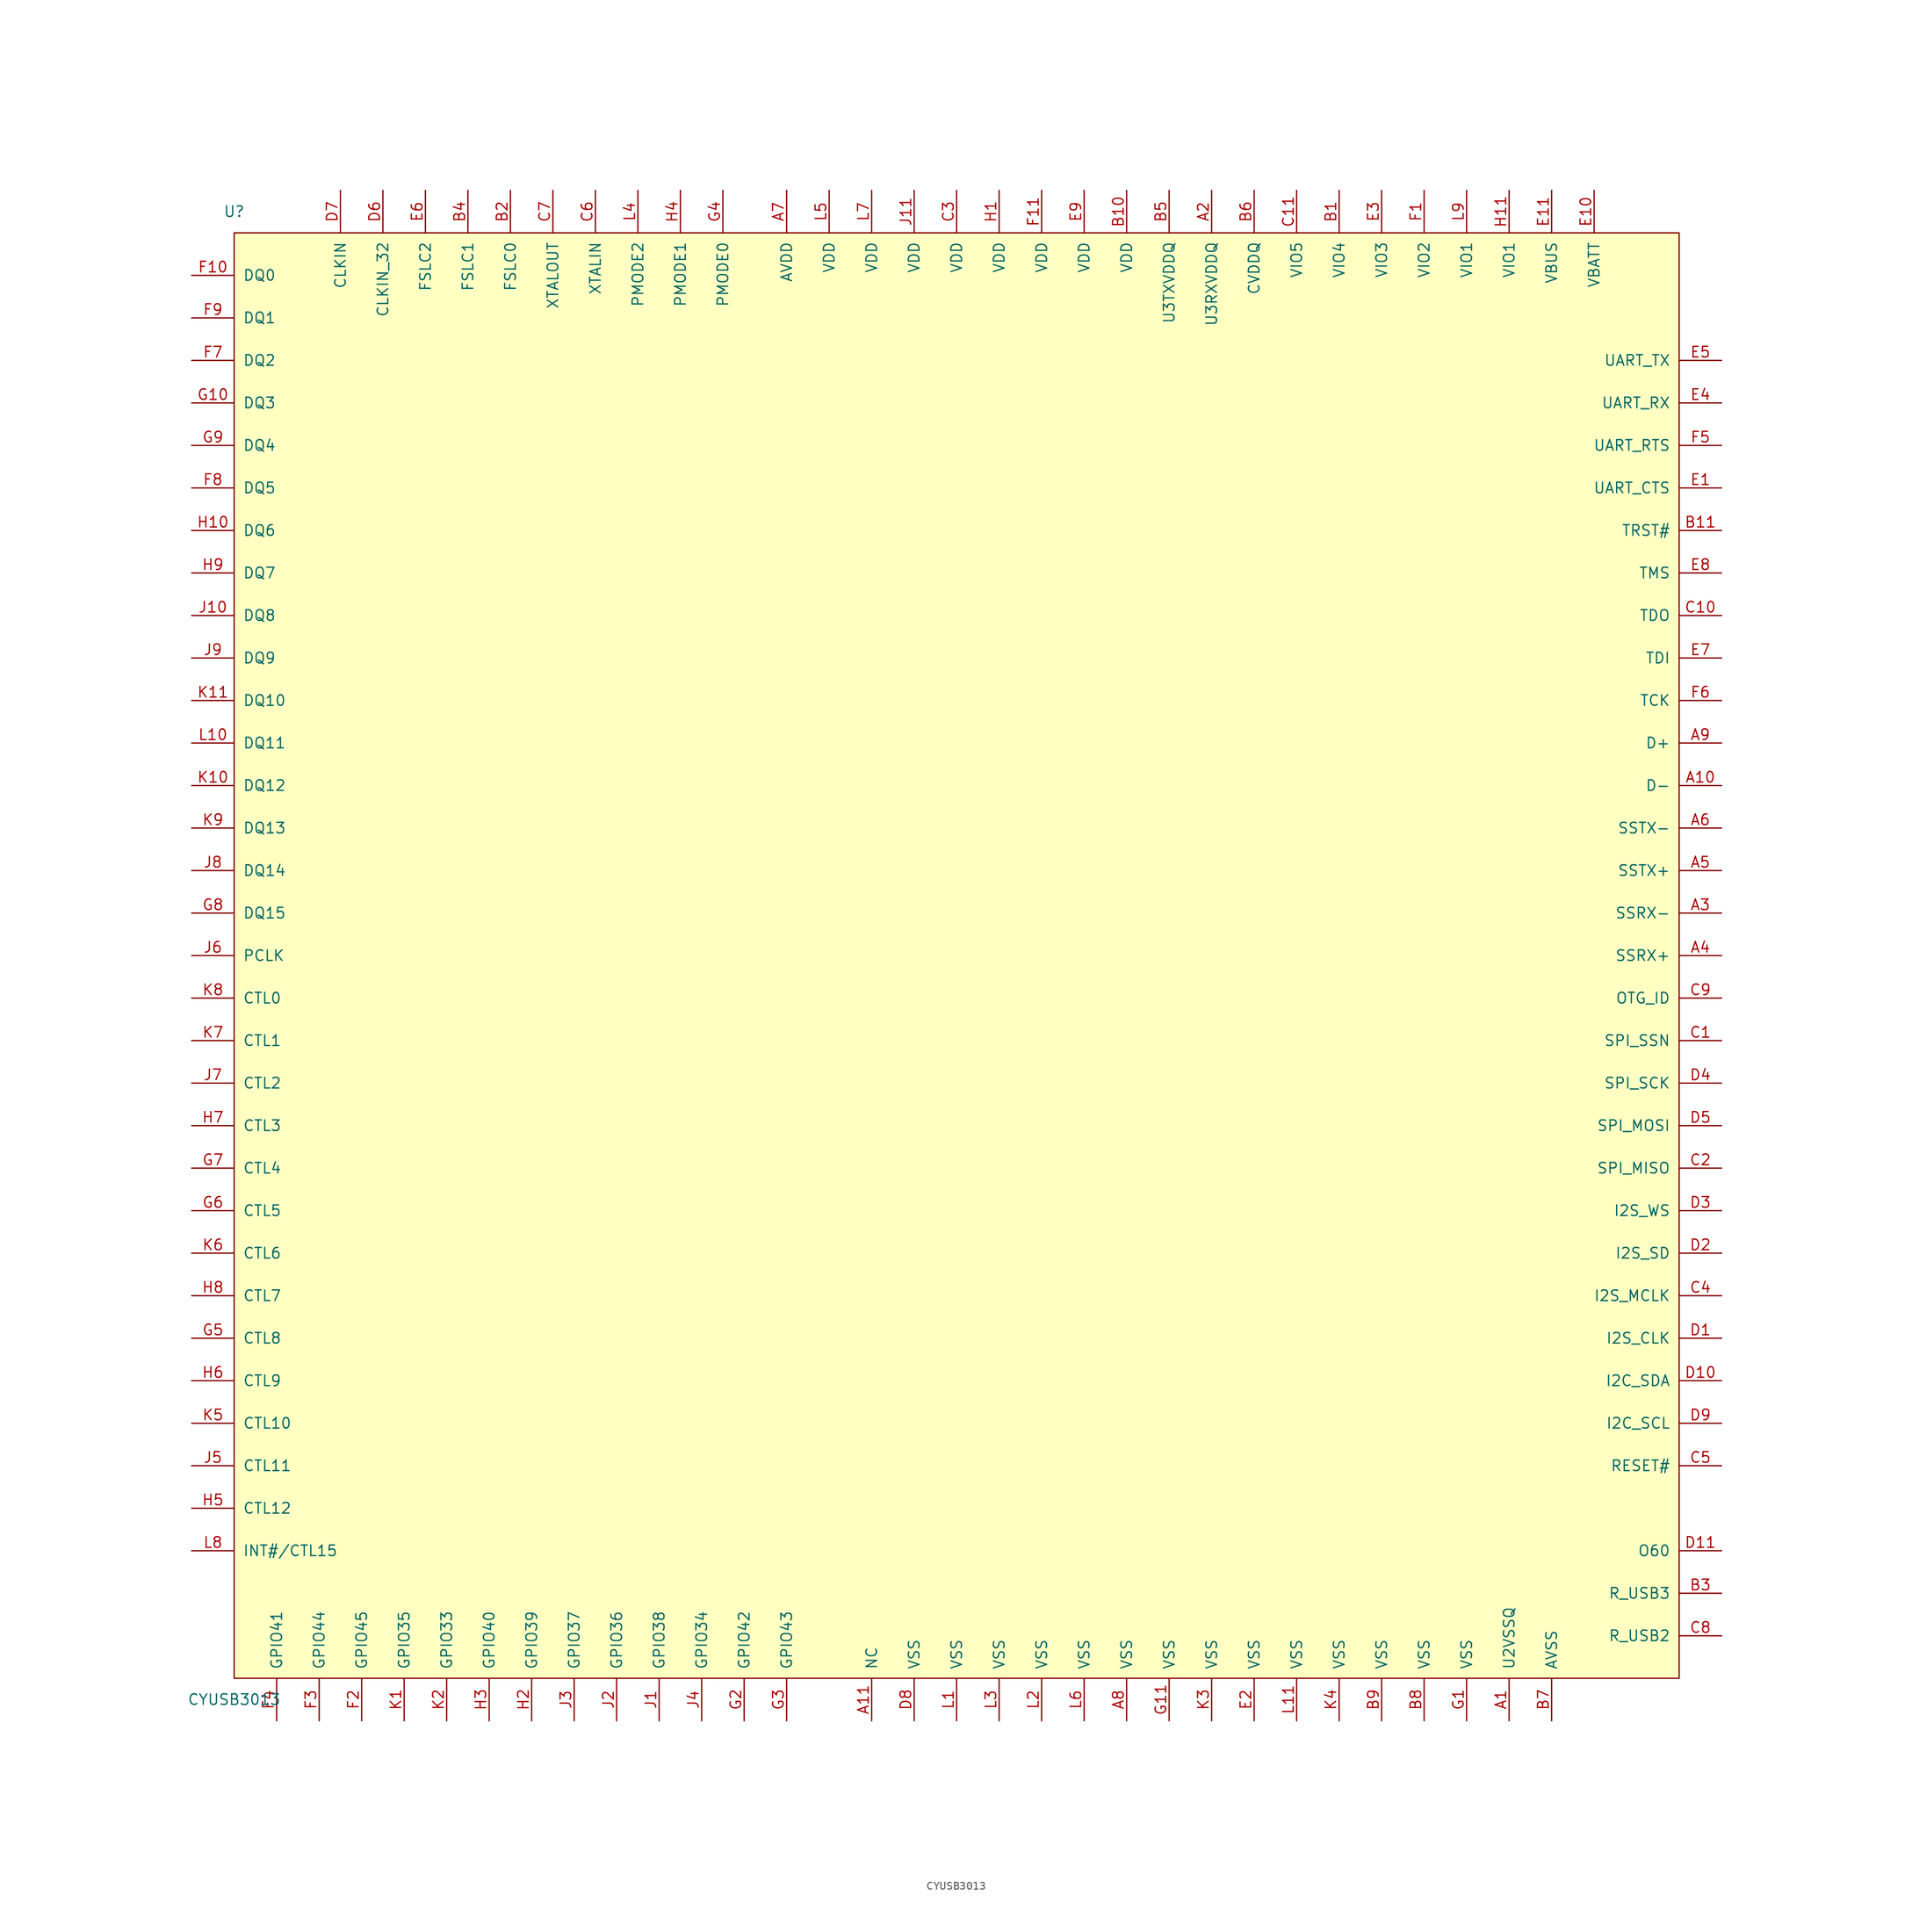
<source format=kicad_sym>
(kicad_symbol_lib
  (version 20210619)
  (generator kicad_symbol_editor)
  (symbol "usb_controller:CYUSB3013"
    (pin_names
      (offset 1.016))
    (property "Reference" "U"
      (at -86.36 88.9 0)
      (effects (font (size 1.27 1.27))))
    (property "Value" "CYUSB3013"
      (at -86.36 -88.9 0)
      (effects (font (size 1.27 1.27))))
    (symbol "CYUSB3013_0_1"
      (rectangle (start -86.36 -86.36) (end 86.36 86.36) (stroke (width 0)) (fill (type background))))
    (symbol "CYUSB3013_1_1"
      (pin unspecified line (at 66.04 -91.44 90) (length 5.08) (name "U2VSSQ" (effects (font (size 1.27 1.27)))) (number "A1" (effects (font (size 1.27 1.27)))))
      (pin unspecified line (at 91.44 20.32 180) (length 5.08) (name "D-" (effects (font (size 1.27 1.27)))) (number "A10" (effects (font (size 1.27 1.27)))))
      (pin unspecified line (at -10.16 -91.44 90) (length 5.08) (name "NC" (effects (font (size 1.27 1.27)))) (number "A11" (effects (font (size 1.27 1.27)))))
      (pin unspecified line (at 30.48 91.44 270) (length 5.08) (name "U3RXVDDQ" (effects (font (size 1.27 1.27)))) (number "A2" (effects (font (size 1.27 1.27)))))
      (pin unspecified line (at 91.44 5.08 180) (length 5.08) (name "SSRX-" (effects (font (size 1.27 1.27)))) (number "A3" (effects (font (size 1.27 1.27)))))
      (pin unspecified line (at 91.44 0 180) (length 5.08) (name "SSRX+" (effects (font (size 1.27 1.27)))) (number "A4" (effects (font (size 1.27 1.27)))))
      (pin unspecified line (at 91.44 10.16 180) (length 5.08) (name "SSTX+" (effects (font (size 1.27 1.27)))) (number "A5" (effects (font (size 1.27 1.27)))))
      (pin unspecified line (at 91.44 15.24 180) (length 5.08) (name "SSTX-" (effects (font (size 1.27 1.27)))) (number "A6" (effects (font (size 1.27 1.27)))))
      (pin unspecified line (at -20.32 91.44 270) (length 5.08) (name "AVDD" (effects (font (size 1.27 1.27)))) (number "A7" (effects (font (size 1.27 1.27)))))
      (pin unspecified line (at 20.32 -91.44 90) (length 5.08) (name "VSS" (effects (font (size 1.27 1.27)))) (number "A8" (effects (font (size 1.27 1.27)))))
      (pin unspecified line (at 91.44 25.4 180) (length 5.08) (name "D+" (effects (font (size 1.27 1.27)))) (number "A9" (effects (font (size 1.27 1.27)))))
      (pin unspecified line (at 45.72 91.44 270) (length 5.08) (name "VIO4" (effects (font (size 1.27 1.27)))) (number "B1" (effects (font (size 1.27 1.27)))))
      (pin unspecified line (at 20.32 91.44 270) (length 5.08) (name "VDD" (effects (font (size 1.27 1.27)))) (number "B10" (effects (font (size 1.27 1.27)))))
      (pin unspecified line (at 91.44 50.8 180) (length 5.08) (name "TRST#" (effects (font (size 1.27 1.27)))) (number "B11" (effects (font (size 1.27 1.27)))))
      (pin unspecified line (at -53.34 91.44 270) (length 5.08) (name "FSLC0" (effects (font (size 1.27 1.27)))) (number "B2" (effects (font (size 1.27 1.27)))))
      (pin unspecified line (at 91.44 -76.2 180) (length 5.08) (name "R_USB3" (effects (font (size 1.27 1.27)))) (number "B3" (effects (font (size 1.27 1.27)))))
      (pin unspecified line (at -58.42 91.44 270) (length 5.08) (name "FSLC1" (effects (font (size 1.27 1.27)))) (number "B4" (effects (font (size 1.27 1.27)))))
      (pin unspecified line (at 25.4 91.44 270) (length 5.08) (name "U3TXVDDQ" (effects (font (size 1.27 1.27)))) (number "B5" (effects (font (size 1.27 1.27)))))
      (pin unspecified line (at 35.56 91.44 270) (length 5.08) (name "CVDDQ" (effects (font (size 1.27 1.27)))) (number "B6" (effects (font (size 1.27 1.27)))))
      (pin unspecified line (at 71.12 -91.44 90) (length 5.08) (name "AVSS" (effects (font (size 1.27 1.27)))) (number "B7" (effects (font (size 1.27 1.27)))))
      (pin unspecified line (at 55.88 -91.44 90) (length 5.08) (name "VSS" (effects (font (size 1.27 1.27)))) (number "B8" (effects (font (size 1.27 1.27)))))
      (pin unspecified line (at 50.8 -91.44 90) (length 5.08) (name "VSS" (effects (font (size 1.27 1.27)))) (number "B9" (effects (font (size 1.27 1.27)))))
      (pin unspecified line (at 91.44 -10.16 180) (length 5.08) (name "SPI_SSN" (effects (font (size 1.27 1.27)))) (number "C1" (effects (font (size 1.27 1.27)))))
      (pin unspecified line (at 91.44 40.64 180) (length 5.08) (name "TDO" (effects (font (size 1.27 1.27)))) (number "C10" (effects (font (size 1.27 1.27)))))
      (pin unspecified line (at 40.64 91.44 270) (length 5.08) (name "VIO5" (effects (font (size 1.27 1.27)))) (number "C11" (effects (font (size 1.27 1.27)))))
      (pin unspecified line (at 91.44 -25.4 180) (length 5.08) (name "SPI_MISO" (effects (font (size 1.27 1.27)))) (number "C2" (effects (font (size 1.27 1.27)))))
      (pin unspecified line (at 0 91.44 270) (length 5.08) (name "VDD" (effects (font (size 1.27 1.27)))) (number "C3" (effects (font (size 1.27 1.27)))))
      (pin unspecified line (at 91.44 -40.64 180) (length 5.08) (name "I2S_MCLK" (effects (font (size 1.27 1.27)))) (number "C4" (effects (font (size 1.27 1.27)))))
      (pin unspecified line (at 91.44 -60.96 180) (length 5.08) (name "RESET#" (effects (font (size 1.27 1.27)))) (number "C5" (effects (font (size 1.27 1.27)))))
      (pin unspecified line (at -43.18 91.44 270) (length 5.08) (name "XTALIN" (effects (font (size 1.27 1.27)))) (number "C6" (effects (font (size 1.27 1.27)))))
      (pin unspecified line (at -48.26 91.44 270) (length 5.08) (name "XTALOUT" (effects (font (size 1.27 1.27)))) (number "C7" (effects (font (size 1.27 1.27)))))
      (pin unspecified line (at 91.44 -81.28 180) (length 5.08) (name "R_USB2" (effects (font (size 1.27 1.27)))) (number "C8" (effects (font (size 1.27 1.27)))))
      (pin unspecified line (at 91.44 -5.08 180) (length 5.08) (name "OTG_ID" (effects (font (size 1.27 1.27)))) (number "C9" (effects (font (size 1.27 1.27)))))
      (pin unspecified line (at 91.44 -45.72 180) (length 5.08) (name "I2S_CLK" (effects (font (size 1.27 1.27)))) (number "D1" (effects (font (size 1.27 1.27)))))
      (pin unspecified line (at 91.44 -50.8 180) (length 5.08) (name "I2C_SDA" (effects (font (size 1.27 1.27)))) (number "D10" (effects (font (size 1.27 1.27)))))
      (pin unspecified line (at 91.44 -71.12 180) (length 5.08) (name "O60" (effects (font (size 1.27 1.27)))) (number "D11" (effects (font (size 1.27 1.27)))))
      (pin unspecified line (at 91.44 -35.56 180) (length 5.08) (name "I2S_SD" (effects (font (size 1.27 1.27)))) (number "D2" (effects (font (size 1.27 1.27)))))
      (pin unspecified line (at 91.44 -30.48 180) (length 5.08) (name "I2S_WS" (effects (font (size 1.27 1.27)))) (number "D3" (effects (font (size 1.27 1.27)))))
      (pin unspecified line (at 91.44 -15.24 180) (length 5.08) (name "SPI_SCK" (effects (font (size 1.27 1.27)))) (number "D4" (effects (font (size 1.27 1.27)))))
      (pin unspecified line (at 91.44 -20.32 180) (length 5.08) (name "SPI_MOSI" (effects (font (size 1.27 1.27)))) (number "D5" (effects (font (size 1.27 1.27)))))
      (pin unspecified line (at -68.58 91.44 270) (length 5.08) (name "CLKIN_32" (effects (font (size 1.27 1.27)))) (number "D6" (effects (font (size 1.27 1.27)))))
      (pin unspecified line (at -73.66 91.44 270) (length 5.08) (name "CLKIN" (effects (font (size 1.27 1.27)))) (number "D7" (effects (font (size 1.27 1.27)))))
      (pin unspecified line (at -5.08 -91.44 90) (length 5.08) (name "VSS" (effects (font (size 1.27 1.27)))) (number "D8" (effects (font (size 1.27 1.27)))))
      (pin unspecified line (at 91.44 -55.88 180) (length 5.08) (name "I2C_SCL" (effects (font (size 1.27 1.27)))) (number "D9" (effects (font (size 1.27 1.27)))))
      (pin unspecified line (at 91.44 55.88 180) (length 5.08) (name "UART_CTS" (effects (font (size 1.27 1.27)))) (number "E1" (effects (font (size 1.27 1.27)))))
      (pin unspecified line (at 76.2 91.44 270) (length 5.08) (name "VBATT" (effects (font (size 1.27 1.27)))) (number "E10" (effects (font (size 1.27 1.27)))))
      (pin unspecified line (at 71.12 91.44 270) (length 5.08) (name "VBUS" (effects (font (size 1.27 1.27)))) (number "E11" (effects (font (size 1.27 1.27)))))
      (pin unspecified line (at 35.56 -91.44 90) (length 5.08) (name "VSS" (effects (font (size 1.27 1.27)))) (number "E2" (effects (font (size 1.27 1.27)))))
      (pin unspecified line (at 50.8 91.44 270) (length 5.08) (name "VIO3" (effects (font (size 1.27 1.27)))) (number "E3" (effects (font (size 1.27 1.27)))))
      (pin unspecified line (at 91.44 66.04 180) (length 5.08) (name "UART_RX" (effects (font (size 1.27 1.27)))) (number "E4" (effects (font (size 1.27 1.27)))))
      (pin unspecified line (at 91.44 71.12 180) (length 5.08) (name "UART_TX" (effects (font (size 1.27 1.27)))) (number "E5" (effects (font (size 1.27 1.27)))))
      (pin unspecified line (at -63.5 91.44 270) (length 5.08) (name "FSLC2" (effects (font (size 1.27 1.27)))) (number "E6" (effects (font (size 1.27 1.27)))))
      (pin unspecified line (at 91.44 35.56 180) (length 5.08) (name "TDI" (effects (font (size 1.27 1.27)))) (number "E7" (effects (font (size 1.27 1.27)))))
      (pin unspecified line (at 91.44 45.72 180) (length 5.08) (name "TMS" (effects (font (size 1.27 1.27)))) (number "E8" (effects (font (size 1.27 1.27)))))
      (pin unspecified line (at 15.24 91.44 270) (length 5.08) (name "VDD" (effects (font (size 1.27 1.27)))) (number "E9" (effects (font (size 1.27 1.27)))))
      (pin unspecified line (at 55.88 91.44 270) (length 5.08) (name "VIO2" (effects (font (size 1.27 1.27)))) (number "F1" (effects (font (size 1.27 1.27)))))
      (pin unspecified line (at -91.44 81.28 0) (length 5.08) (name "DQ0" (effects (font (size 1.27 1.27)))) (number "F10" (effects (font (size 1.27 1.27)))))
      (pin unspecified line (at 10.16 91.44 270) (length 5.08) (name "VDD" (effects (font (size 1.27 1.27)))) (number "F11" (effects (font (size 1.27 1.27)))))
      (pin unspecified line (at -71.12 -91.44 90) (length 5.08) (name "GPIO45" (effects (font (size 1.27 1.27)))) (number "F2" (effects (font (size 1.27 1.27)))))
      (pin unspecified line (at -76.2 -91.44 90) (length 5.08) (name "GPIO44" (effects (font (size 1.27 1.27)))) (number "F3" (effects (font (size 1.27 1.27)))))
      (pin unspecified line (at -81.28 -91.44 90) (length 5.08) (name "GPIO41" (effects (font (size 1.27 1.27)))) (number "F4" (effects (font (size 1.27 1.27)))))
      (pin unspecified line (at 91.44 60.96 180) (length 5.08) (name "UART_RTS" (effects (font (size 1.27 1.27)))) (number "F5" (effects (font (size 1.27 1.27)))))
      (pin unspecified line (at 91.44 30.48 180) (length 5.08) (name "TCK" (effects (font (size 1.27 1.27)))) (number "F6" (effects (font (size 1.27 1.27)))))
      (pin unspecified line (at -91.44 71.12 0) (length 5.08) (name "DQ2" (effects (font (size 1.27 1.27)))) (number "F7" (effects (font (size 1.27 1.27)))))
      (pin unspecified line (at -91.44 55.88 0) (length 5.08) (name "DQ5" (effects (font (size 1.27 1.27)))) (number "F8" (effects (font (size 1.27 1.27)))))
      (pin unspecified line (at -91.44 76.2 0) (length 5.08) (name "DQ1" (effects (font (size 1.27 1.27)))) (number "F9" (effects (font (size 1.27 1.27)))))
      (pin unspecified line (at 60.96 -91.44 90) (length 5.08) (name "VSS" (effects (font (size 1.27 1.27)))) (number "G1" (effects (font (size 1.27 1.27)))))
      (pin unspecified line (at -91.44 66.04 0) (length 5.08) (name "DQ3" (effects (font (size 1.27 1.27)))) (number "G10" (effects (font (size 1.27 1.27)))))
      (pin unspecified line (at 25.4 -91.44 90) (length 5.08) (name "VSS" (effects (font (size 1.27 1.27)))) (number "G11" (effects (font (size 1.27 1.27)))))
      (pin unspecified line (at -25.4 -91.44 90) (length 5.08) (name "GPIO42" (effects (font (size 1.27 1.27)))) (number "G2" (effects (font (size 1.27 1.27)))))
      (pin unspecified line (at -20.32 -91.44 90) (length 5.08) (name "GPIO43" (effects (font (size 1.27 1.27)))) (number "G3" (effects (font (size 1.27 1.27)))))
      (pin unspecified line (at -27.94 91.44 270) (length 5.08) (name "PMODE0" (effects (font (size 1.27 1.27)))) (number "G4" (effects (font (size 1.27 1.27)))))
      (pin unspecified line (at -91.44 -45.72 0) (length 5.08) (name "CTL8" (effects (font (size 1.27 1.27)))) (number "G5" (effects (font (size 1.27 1.27)))))
      (pin unspecified line (at -91.44 -30.48 0) (length 5.08) (name "CTL5" (effects (font (size 1.27 1.27)))) (number "G6" (effects (font (size 1.27 1.27)))))
      (pin unspecified line (at -91.44 -25.4 0) (length 5.08) (name "CTL4" (effects (font (size 1.27 1.27)))) (number "G7" (effects (font (size 1.27 1.27)))))
      (pin unspecified line (at -91.44 5.08 0) (length 5.08) (name "DQ15" (effects (font (size 1.27 1.27)))) (number "G8" (effects (font (size 1.27 1.27)))))
      (pin unspecified line (at -91.44 60.96 0) (length 5.08) (name "DQ4" (effects (font (size 1.27 1.27)))) (number "G9" (effects (font (size 1.27 1.27)))))
      (pin unspecified line (at 5.08 91.44 270) (length 5.08) (name "VDD" (effects (font (size 1.27 1.27)))) (number "H1" (effects (font (size 1.27 1.27)))))
      (pin unspecified line (at -91.44 50.8 0) (length 5.08) (name "DQ6" (effects (font (size 1.27 1.27)))) (number "H10" (effects (font (size 1.27 1.27)))))
      (pin unspecified line (at 66.04 91.44 270) (length 5.08) (name "VIO1" (effects (font (size 1.27 1.27)))) (number "H11" (effects (font (size 1.27 1.27)))))
      (pin unspecified line (at -50.8 -91.44 90) (length 5.08) (name "GPIO39" (effects (font (size 1.27 1.27)))) (number "H2" (effects (font (size 1.27 1.27)))))
      (pin unspecified line (at -55.88 -91.44 90) (length 5.08) (name "GPIO40" (effects (font (size 1.27 1.27)))) (number "H3" (effects (font (size 1.27 1.27)))))
      (pin unspecified line (at -33.02 91.44 270) (length 5.08) (name "PMODE1" (effects (font (size 1.27 1.27)))) (number "H4" (effects (font (size 1.27 1.27)))))
      (pin unspecified line (at -91.44 -66.04 0) (length 5.08) (name "CTL12" (effects (font (size 1.27 1.27)))) (number "H5" (effects (font (size 1.27 1.27)))))
      (pin unspecified line (at -91.44 -50.8 0) (length 5.08) (name "CTL9" (effects (font (size 1.27 1.27)))) (number "H6" (effects (font (size 1.27 1.27)))))
      (pin unspecified line (at -91.44 -20.32 0) (length 5.08) (name "CTL3" (effects (font (size 1.27 1.27)))) (number "H7" (effects (font (size 1.27 1.27)))))
      (pin unspecified line (at -91.44 -40.64 0) (length 5.08) (name "CTL7" (effects (font (size 1.27 1.27)))) (number "H8" (effects (font (size 1.27 1.27)))))
      (pin unspecified line (at -91.44 45.72 0) (length 5.08) (name "DQ7" (effects (font (size 1.27 1.27)))) (number "H9" (effects (font (size 1.27 1.27)))))
      (pin unspecified line (at -35.56 -91.44 90) (length 5.08) (name "GPIO38" (effects (font (size 1.27 1.27)))) (number "J1" (effects (font (size 1.27 1.27)))))
      (pin unspecified line (at -91.44 40.64 0) (length 5.08) (name "DQ8" (effects (font (size 1.27 1.27)))) (number "J10" (effects (font (size 1.27 1.27)))))
      (pin unspecified line (at -5.08 91.44 270) (length 5.08) (name "VDD" (effects (font (size 1.27 1.27)))) (number "J11" (effects (font (size 1.27 1.27)))))
      (pin unspecified line (at -40.64 -91.44 90) (length 5.08) (name "GPIO36" (effects (font (size 1.27 1.27)))) (number "J2" (effects (font (size 1.27 1.27)))))
      (pin unspecified line (at -45.72 -91.44 90) (length 5.08) (name "GPIO37" (effects (font (size 1.27 1.27)))) (number "J3" (effects (font (size 1.27 1.27)))))
      (pin unspecified line (at -30.48 -91.44 90) (length 5.08) (name "GPIO34" (effects (font (size 1.27 1.27)))) (number "J4" (effects (font (size 1.27 1.27)))))
      (pin unspecified line (at -91.44 -60.96 0) (length 5.08) (name "CTL11" (effects (font (size 1.27 1.27)))) (number "J5" (effects (font (size 1.27 1.27)))))
      (pin unspecified line (at -91.44 0 0) (length 5.08) (name "PCLK" (effects (font (size 1.27 1.27)))) (number "J6" (effects (font (size 1.27 1.27)))))
      (pin unspecified line (at -91.44 -15.24 0) (length 5.08) (name "CTL2" (effects (font (size 1.27 1.27)))) (number "J7" (effects (font (size 1.27 1.27)))))
      (pin unspecified line (at -91.44 10.16 0) (length 5.08) (name "DQ14" (effects (font (size 1.27 1.27)))) (number "J8" (effects (font (size 1.27 1.27)))))
      (pin unspecified line (at -91.44 35.56 0) (length 5.08) (name "DQ9" (effects (font (size 1.27 1.27)))) (number "J9" (effects (font (size 1.27 1.27)))))
      (pin unspecified line (at -66.04 -91.44 90) (length 5.08) (name "GPIO35" (effects (font (size 1.27 1.27)))) (number "K1" (effects (font (size 1.27 1.27)))))
      (pin unspecified line (at -91.44 20.32 0) (length 5.08) (name "DQ12" (effects (font (size 1.27 1.27)))) (number "K10" (effects (font (size 1.27 1.27)))))
      (pin unspecified line (at -91.44 30.48 0) (length 5.08) (name "DQ10" (effects (font (size 1.27 1.27)))) (number "K11" (effects (font (size 1.27 1.27)))))
      (pin unspecified line (at -60.96 -91.44 90) (length 5.08) (name "GPIO33" (effects (font (size 1.27 1.27)))) (number "K2" (effects (font (size 1.27 1.27)))))
      (pin unspecified line (at 30.48 -91.44 90) (length 5.08) (name "VSS" (effects (font (size 1.27 1.27)))) (number "K3" (effects (font (size 1.27 1.27)))))
      (pin unspecified line (at 45.72 -91.44 90) (length 5.08) (name "VSS" (effects (font (size 1.27 1.27)))) (number "K4" (effects (font (size 1.27 1.27)))))
      (pin unspecified line (at -91.44 -55.88 0) (length 5.08) (name "CTL10" (effects (font (size 1.27 1.27)))) (number "K5" (effects (font (size 1.27 1.27)))))
      (pin unspecified line (at -91.44 -35.56 0) (length 5.08) (name "CTL6" (effects (font (size 1.27 1.27)))) (number "K6" (effects (font (size 1.27 1.27)))))
      (pin unspecified line (at -91.44 -10.16 0) (length 5.08) (name "CTL1" (effects (font (size 1.27 1.27)))) (number "K7" (effects (font (size 1.27 1.27)))))
      (pin unspecified line (at -91.44 -5.08 0) (length 5.08) (name "CTL0" (effects (font (size 1.27 1.27)))) (number "K8" (effects (font (size 1.27 1.27)))))
      (pin unspecified line (at -91.44 15.24 0) (length 5.08) (name "DQ13" (effects (font (size 1.27 1.27)))) (number "K9" (effects (font (size 1.27 1.27)))))
      (pin unspecified line (at 0 -91.44 90) (length 5.08) (name "VSS" (effects (font (size 1.27 1.27)))) (number "L1" (effects (font (size 1.27 1.27)))))
      (pin unspecified line (at -91.44 25.4 0) (length 5.08) (name "DQ11" (effects (font (size 1.27 1.27)))) (number "L10" (effects (font (size 1.27 1.27)))))
      (pin unspecified line (at 40.64 -91.44 90) (length 5.08) (name "VSS" (effects (font (size 1.27 1.27)))) (number "L11" (effects (font (size 1.27 1.27)))))
      (pin unspecified line (at 10.16 -91.44 90) (length 5.08) (name "VSS" (effects (font (size 1.27 1.27)))) (number "L2" (effects (font (size 1.27 1.27)))))
      (pin unspecified line (at 5.08 -91.44 90) (length 5.08) (name "VSS" (effects (font (size 1.27 1.27)))) (number "L3" (effects (font (size 1.27 1.27)))))
      (pin unspecified line (at -38.1 91.44 270) (length 5.08) (name "PMODE2" (effects (font (size 1.27 1.27)))) (number "L4" (effects (font (size 1.27 1.27)))))
      (pin unspecified line (at -15.24 91.44 270) (length 5.08) (name "VDD" (effects (font (size 1.27 1.27)))) (number "L5" (effects (font (size 1.27 1.27)))))
      (pin unspecified line (at 15.24 -91.44 90) (length 5.08) (name "VSS" (effects (font (size 1.27 1.27)))) (number "L6" (effects (font (size 1.27 1.27)))))
      (pin unspecified line (at -10.16 91.44 270) (length 5.08) (name "VDD" (effects (font (size 1.27 1.27)))) (number "L7" (effects (font (size 1.27 1.27)))))
      (pin unspecified line (at -91.44 -71.12 0) (length 5.08) (name "INT#/CTL15" (effects (font (size 1.27 1.27)))) (number "L8" (effects (font (size 1.27 1.27)))))
      (pin unspecified line (at 60.96 91.44 270) (length 5.08) (name "VIO1" (effects (font (size 1.27 1.27)))) (number "L9" (effects (font (size 1.27 1.27))))))))
</source>
